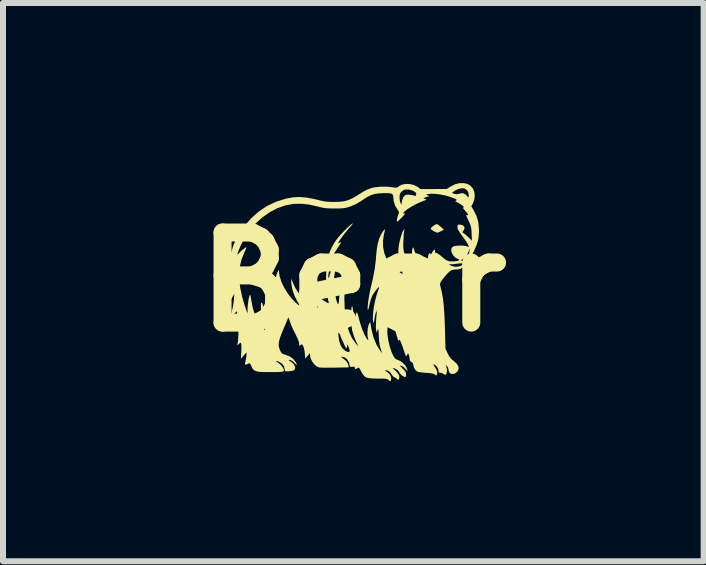
<source format=kicad_pcb>
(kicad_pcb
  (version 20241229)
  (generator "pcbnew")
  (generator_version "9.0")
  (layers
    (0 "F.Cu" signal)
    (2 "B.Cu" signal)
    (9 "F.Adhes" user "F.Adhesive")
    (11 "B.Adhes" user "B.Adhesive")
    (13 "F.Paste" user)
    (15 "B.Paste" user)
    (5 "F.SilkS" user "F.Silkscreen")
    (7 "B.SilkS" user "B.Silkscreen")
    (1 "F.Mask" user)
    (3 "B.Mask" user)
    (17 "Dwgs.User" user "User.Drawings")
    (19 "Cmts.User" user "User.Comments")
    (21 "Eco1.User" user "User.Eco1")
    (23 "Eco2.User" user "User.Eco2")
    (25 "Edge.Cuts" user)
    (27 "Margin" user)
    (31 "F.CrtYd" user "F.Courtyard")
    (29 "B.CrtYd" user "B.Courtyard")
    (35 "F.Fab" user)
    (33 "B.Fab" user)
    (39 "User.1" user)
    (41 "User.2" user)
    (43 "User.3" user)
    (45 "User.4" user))
  (footprint "Bear"
    (layer "F.Cu")
    (at 2.836 1.645)
    (property "Reference" "Bear" (at 0 0 0) (layer "F.SilkS") (effects (font (size 1.5 1.5) (thickness 0.3))))
    (attr board_only exclude_from_pos_files exclude_from_bom)
    (fp_poly (pts (xy 1.409 -0.954) (xy 1.436 -0.934) (xy 1.458 -0.915) (xy 1.508 -0.869) (xy 1.458 -0.843) (xy 1.424 -0.827) (xy 1.402 -0.82) (xy 1.38 -0.824) (xy 1.35 -0.838) (xy 1.338 -0.845) (xy 1.305 -0.865) (xy 1.29 -0.884) (xy 1.29 -0.889) (xy 1.302 -0.907) (xy 1.327 -0.93) (xy 1.358 -0.95) (xy 1.385 -0.961) (xy 1.391 -0.962)) (stroke (width 0) (type solid)) (fill yes) (layer "F.SilkS"))
    (fp_poly (pts (xy 1.9 -1.632) (xy 1.951 -1.601) (xy 1.993 -1.552) (xy 2.014 -1.502) (xy 2.022 -1.441) (xy 2.016 -1.377) (xy 1.996 -1.317) (xy 1.993 -1.31) (xy 1.965 -1.258) (xy 2.005 -1.191) (xy 2.053 -1.094) (xy 2.082 -0.991) (xy 2.092 -0.878) (xy 2.093 -0.861) (xy 2.09 -0.801) (xy 2.085 -0.74) (xy 2.077 -0.689) (xy 2.074 -0.679) (xy 2.048 -0.6) (xy 2.008 -0.511) (xy 1.958 -0.419) (xy 1.902 -0.333) (xy 1.894 -0.322) (xy 1.85 -0.267) (xy 1.811 -0.232) (xy 1.771 -0.212) (xy 1.725 -0.206) (xy 1.692 -0.206) (xy 1.644 -0.198) (xy 1.615 -0.183) (xy 1.588 -0.159) (xy 1.554 -0.125) (xy 1.52 -0.084) (xy 1.487 -0.043) (xy 1.461 -0.006) (xy 1.446 0.022) (xy 1.443 0.031) (xy 1.446 0.055) (xy 1.454 0.093) (xy 1.461 0.12) (xy 1.479 0.199) (xy 1.494 0.291) (xy 1.506 0.397) (xy 1.515 0.52) (xy 1.522 0.664) (xy 1.526 0.782) (xy 1.534 1.112) (xy 1.572 1.193) (xy 1.6 1.246) (xy 1.631 1.284) (xy 1.669 1.316) (xy 1.721 1.361) (xy 1.749 1.406) (xy 1.754 1.449) (xy 1.734 1.491) (xy 1.732 1.495) (xy 1.699 1.523) (xy 1.662 1.535) (xy 1.628 1.532) (xy 1.601 1.513) (xy 1.588 1.481) (xy 1.587 1.472) (xy 1.579 1.433) (xy 1.562 1.405) (xy 1.546 1.388) (xy 1.542 1.389) (xy 1.546 1.401) (xy 1.558 1.449) (xy 1.559 1.495) (xy 1.55 1.529) (xy 1.547 1.533) (xy 1.533 1.549) (xy 1.52 1.547) (xy 1.506 1.536) (xy 1.476 1.52) (xy 1.451 1.515) (xy 1.429 1.512) (xy 1.42 1.497) (xy 1.419 1.478) (xy 1.408 1.436) (xy 1.384 1.406) (xy 1.356 1.381) (xy 1.338 1.372) (xy 1.333 1.378) (xy 1.344 1.4) (xy 1.352 1.41) (xy 1.385 1.462) (xy 1.398 1.505) (xy 1.393 1.538) (xy 1.384 1.558) (xy 1.374 1.558) (xy 1.359 1.545) (xy 1.34 1.534) (xy 1.312 1.526) (xy 1.267 1.52) (xy 1.211 1.516) (xy 1.157 1.511) (xy 1.108 1.505) (xy 1.074 1.498) (xy 1.061 1.494) (xy 1.031 1.465) (xy 1.008 1.424) (xy 0.998 1.38) (xy 0.998 1.377) (xy 0.99 1.349) (xy 0.968 1.335) (xy 0.945 1.319) (xy 0.938 1.29) (xy 0.938 1.288) (xy 0.933 1.249) (xy 0.925 1.218) (xy 0.915 1.196) (xy 0.908 1.194) (xy 0.899 1.211) (xy 0.899 1.212) (xy 0.887 1.232) (xy 0.879 1.239) (xy 0.872 1.228) (xy 0.861 1.201) (xy 0.852 1.176) (xy 0.825 1.095) (xy 0.804 1.036) (xy 0.788 0.996) (xy 0.776 0.972) (xy 0.767 0.964) (xy 0.76 0.969) (xy 0.76 0.97) (xy 0.751 0.982) (xy 0.745 0.976) (xy 0.739 0.956) (xy 0.733 0.931) (xy 0.72 0.888) (xy 0.704 0.835) (xy 0.685 0.776) (xy 0.685 0.776) (xy 0.667 0.716) (xy 0.65 0.66) (xy 0.638 0.614) (xy 0.631 0.585) (xy 0.624 0.557) (xy 0.617 0.55) (xy 0.611 0.558) (xy 0.601 0.585) (xy 0.591 0.628) (xy 0.581 0.682) (xy 0.572 0.738) (xy 0.567 0.79) (xy 0.565 0.824) (xy 0.57 0.9) (xy 0.585 0.987) (xy 0.606 1.076) (xy 0.632 1.157) (xy 0.639 1.174) (xy 0.664 1.23) (xy 0.687 1.266) (xy 0.711 1.289) (xy 0.741 1.301) (xy 0.748 1.303) (xy 0.786 1.321) (xy 0.827 1.353) (xy 0.864 1.391) (xy 0.886 1.428) (xy 0.898 1.462) (xy 0.901 1.481) (xy 0.895 1.482) (xy 0.88 1.464) (xy 0.837 1.417) (xy 0.786 1.392) (xy 0.778 1.394) (xy 0.786 1.408) (xy 0.813 1.436) (xy 0.819 1.443) (xy 0.852 1.476) (xy 0.87 1.502) (xy 0.877 1.527) (xy 0.878 1.543) (xy 0.875 1.572) (xy 0.869 1.587) (xy 0.868 1.587) (xy 0.837 1.578) (xy 0.804 1.556) (xy 0.777 1.528) (xy 0.769 1.514) (xy 0.741 1.472) (xy 0.694 1.444) (xy 0.673 1.437) (xy 0.658 1.434) (xy 0.659 1.44) (xy 0.676 1.456) (xy 0.689 1.467) (xy 0.734 1.513) (xy 0.761 1.557) (xy 0.767 1.597) (xy 0.759 1.622) (xy 0.748 1.63) (xy 0.732 1.622) (xy 0.723 1.613) (xy 0.699 1.595) (xy 0.68 1.587) (xy 0.664 1.578) (xy 0.645 1.553) (xy 0.638 1.541) (xy 0.606 1.498) (xy 0.576 1.481) (xy 0.54 1.47) (xy 0.524 1.469) (xy 0.529 1.477) (xy 0.547 1.49) (xy 0.595 1.527) (xy 0.622 1.567) (xy 0.63 1.607) (xy 0.627 1.641) (xy 0.615 1.654) (xy 0.595 1.643) (xy 0.586 1.635) (xy 0.575 1.625) (xy 0.56 1.619) (xy 0.535 1.615) (xy 0.498 1.612) (xy 0.442 1.612) (xy 0.405 1.612) (xy 0.326 1.61) (xy 0.266 1.605) (xy 0.222 1.595) (xy 0.189 1.576) (xy 0.163 1.548) (xy 0.139 1.509) (xy 0.128 1.489) (xy 0.109 1.452) (xy 0.096 1.433) (xy 0.085 1.429) (xy 0.071 1.435) (xy 0.068 1.437) (xy 0.041 1.453) (xy 0.028 1.45) (xy 0.024 1.432) (xy 0.02 1.417) (xy 0.005 1.413) (xy -0.016 1.415) (xy -0.042 1.418) (xy -0.055 1.411) (xy -0.062 1.39) (xy -0.065 1.371) (xy -0.081 1.324) (xy -0.109 1.284) (xy -0.145 1.258) (xy -0.175 1.251) (xy -0.208 1.251) (xy -0.168 1.278) (xy -0.12 1.319) (xy -0.09 1.364) (xy -0.081 1.395) (xy -0.078 1.425) (xy -0.313 1.429) (xy -0.387 1.429) (xy -0.454 1.429) (xy -0.511 1.429) (xy -0.551 1.427) (xy -0.573 1.426) (xy -0.573 1.426) (xy -0.617 1.404) (xy -0.658 1.366) (xy -0.692 1.316) (xy -0.715 1.263) (xy -0.721 1.222) (xy -0.722 1.187) (xy -0.762 1.233) (xy -0.802 1.28) (xy -0.808 1.196) (xy -0.814 1.147) (xy -0.824 1.101) (xy -0.835 1.072) (xy -0.849 1.047) (xy -0.86 1.04) (xy -0.874 1.049) (xy -0.879 1.053) (xy -0.894 1.065) (xy -0.901 1.062) (xy -0.902 1.039) (xy -0.902 1.031) (xy -0.909 0.995) (xy -0.929 0.943) (xy -0.963 0.873) (xy -0.964 0.869) (xy -0.25 0.869) (xy -0.247 0.908) (xy -0.236 0.985) (xy -0.218 1.043) (xy -0.193 1.091) (xy -0.168 1.121) (xy -0.135 1.148) (xy -0.104 1.164) (xy -0.078 1.168) (xy -0.062 1.158) (xy -0.06 1.148) (xy -0.065 1.126) (xy -0.077 1.093) (xy -0.08 1.085) (xy -0.1 1.04) (xy -0.107 1.082) (xy -0.111 1.1) (xy -0.115 1.107) (xy -0.123 1.1) (xy -0.135 1.078) (xy -0.155 1.037) (xy -0.165 1.015) (xy -0.187 0.968) (xy -0.204 0.929) (xy -0.215 0.903) (xy -0.216 0.895) (xy -0.223 0.877) (xy -0.235 0.859) (xy -0.245 0.848) (xy -0.25 0.85) (xy -0.25 0.869) (xy -0.964 0.869) (xy -0.97 0.858) (xy -1 0.799) (xy -1.027 0.74) (xy -1.048 0.688) (xy -1.059 0.655) (xy -1.071 0.617) (xy -1.078 0.598) (xy -1.084 0.598) (xy -1.091 0.611) (xy -1.093 0.616) (xy -1.103 0.641) (xy -1.12 0.681) (xy -1.141 0.731) (xy -1.159 0.773) (xy -1.196 0.861) (xy -1.222 0.932) (xy -1.238 0.99) (xy -1.244 1.038) (xy -1.241 1.081) (xy -1.229 1.122) (xy -1.214 1.156) (xy -1.195 1.185) (xy -1.171 1.202) (xy -1.134 1.214) (xy -1.061 1.241) (xy -1.003 1.282) (xy -0.963 1.333) (xy -0.962 1.334) (xy -0.945 1.37) (xy -0.94 1.386) (xy -0.949 1.382) (xy -0.973 1.36) (xy -0.984 1.347) (xy -1.021 1.315) (xy -1.053 1.3) (xy -1.059 1.299) (xy -1.077 1.3) (xy -1.077 1.305) (xy -1.058 1.318) (xy -1.052 1.321) (xy -1.006 1.357) (xy -0.977 1.395) (xy -0.968 1.432) (xy -0.978 1.461) (xy -0.997 1.476) (xy -1.031 1.485) (xy -1.069 1.489) (xy -1.109 1.491) (xy -1.131 1.49) (xy -1.14 1.483) (xy -1.142 1.468) (xy -1.143 1.462) (xy -1.154 1.409) (xy -1.186 1.364) (xy -1.23 1.335) (xy -1.261 1.323) (xy -1.282 1.318) (xy -1.287 1.319) (xy -1.283 1.329) (xy -1.277 1.332) (xy -1.248 1.349) (xy -1.214 1.379) (xy -1.185 1.413) (xy -1.171 1.434) (xy -1.16 1.457) (xy -1.156 1.475) (xy -1.162 1.487) (xy -1.18 1.495) (xy -1.213 1.5) (xy -1.264 1.503) (xy -1.335 1.503) (xy -1.377 1.503) (xy -1.466 1.503) (xy -1.535 1.501) (xy -1.587 1.496) (xy -1.624 1.487) (xy -1.651 1.474) (xy -1.671 1.455) (xy -1.687 1.429) (xy -1.697 1.409) (xy -1.713 1.375) (xy -1.725 1.359) (xy -1.738 1.357) (xy -1.757 1.365) (xy -1.758 1.366) (xy -1.788 1.379) (xy -1.803 1.379) (xy -1.805 1.36) (xy -1.797 1.323) (xy -1.796 1.32) (xy -1.787 1.275) (xy -1.781 1.232) (xy -1.78 1.215) (xy -1.78 1.173) (xy -1.827 1.227) (xy -1.873 1.281) (xy -1.867 1.164) (xy -1.865 1.112) (xy -1.865 1.067) (xy -1.867 1.036) (xy -1.869 1.027) (xy -1.876 1.015) (xy -1.888 1.018) (xy -1.908 1.035) (xy -1.929 1.053) (xy -1.935 1.054) (xy -1.931 1.04) (xy -1.926 1.016) (xy -1.921 0.976) (xy -1.917 0.925) (xy -1.914 0.871) (xy -1.913 0.82) (xy -1.914 0.778) (xy -1.916 0.753) (xy -1.917 0.751) (xy -1.924 0.738) (xy -1.936 0.741) (xy -1.95 0.753) (xy -1.968 0.768) (xy -1.972 0.764) (xy -1.968 0.742) (xy -1.961 0.709) (xy -1.954 0.661) (xy -1.947 0.608) (xy -1.941 0.557) (xy -1.937 0.518) (xy -1.937 0.507) (xy -1.938 0.494) (xy -1.946 0.494) (xy -1.962 0.508) (xy -1.991 0.539) (xy -1.992 0.54) (xy -2.02 0.571) (xy -2.041 0.591) (xy -2.051 0.599) (xy -2.051 0.599) (xy -2.05 0.586) (xy -2.043 0.557) (xy -2.031 0.515) (xy -2.026 0.495) (xy -2.01 0.433) (xy -1.998 0.362) (xy -1.99 0.299) (xy -1.99 0.297) (xy -1.983 0.198) (xy -2.008 0.243) (xy -2.025 0.272) (xy -2.039 0.29) (xy -2.041 0.293) (xy -2.044 0.283) (xy -2.047 0.254) (xy -2.048 0.209) (xy -2.048 0.152) (xy -2.047 0.122) (xy -2.046 0.054) (xy -2.046 0.007) (xy -2.047 -0.022) (xy -2.05 -0.036) (xy -2.055 -0.038) (xy -2.062 -0.032) (xy -2.064 -0.03) (xy -2.071 -0.022) (xy -2.076 -0.023) (xy -2.079 -0.035) (xy -2.08 -0.061) (xy -2.079 -0.105) (xy -2.077 -0.171) (xy -2.077 -0.174) (xy -2.064 -0.337) (xy -2.041 -0.464) (xy -1.932 -0.464) (xy -1.929 -0.456) (xy -1.918 -0.464) (xy -1.898 -0.486) (xy -1.897 -0.487) (xy -1.872 -0.512) (xy -1.843 -0.538) (xy -1.814 -0.559) (xy -1.792 -0.573) (xy -1.78 -0.575) (xy -1.78 -0.574) (xy -1.785 -0.561) (xy -1.797 -0.532) (xy -1.815 -0.493) (xy -1.82 -0.48) (xy -1.863 -0.372) (xy -1.89 -0.263) (xy -1.903 -0.149) (xy -1.901 -0.029) (xy -1.884 0.102) (xy -1.853 0.246) (xy -1.815 0.379) (xy -1.798 0.43) (xy -1.783 0.473) (xy -1.771 0.502) (xy -1.766 0.511) (xy -1.758 0.514) (xy -1.761 0.498) (xy -1.763 0.471) (xy -1.762 0.428) (xy -1.757 0.377) (xy -1.75 0.323) (xy -1.742 0.275) (xy -1.733 0.239) (xy -1.731 0.235) (xy -1.724 0.219) (xy -1.719 0.215) (xy -1.714 0.227) (xy -1.708 0.256) (xy -1.7 0.307) (xy -1.7 0.307) (xy -1.676 0.432) (xy -1.641 0.546) (xy -1.598 0.645) (xy -1.547 0.727) (xy -1.5 0.78) (xy -1.469 0.808) (xy -1.499 0.714) (xy -1.512 0.667) (xy -1.522 0.611) (xy -1.531 0.549) (xy -1.537 0.488) (xy -1.54 0.432) (xy -1.54 0.386) (xy -1.536 0.355) (xy -1.53 0.345) (xy -1.52 0.35) (xy -1.511 0.374) (xy -1.51 0.382) (xy -1.492 0.439) (xy -1.462 0.503) (xy -1.425 0.562) (xy -1.405 0.588) (xy -1.367 0.631) (xy -1.377 0.595) (xy -1.381 0.569) (xy -1.386 0.525) (xy -1.391 0.47) (xy -1.395 0.415) (xy -1.401 0.343) (xy -1.409 0.287) (xy -1.42 0.236) (xy -1.437 0.184) (xy -1.445 0.162) (xy -1.46 0.12) (xy -1.471 0.086) (xy -1.478 0.054) (xy -1.483 0.018) (xy -1.485 -0.027) (xy -1.485 -0.087) (xy -1.485 -0.132) (xy -1.485 -0.208) (xy -1.483 -0.265) (xy -1.479 -0.31) (xy -1.473 -0.348) (xy -1.464 -0.385) (xy -1.457 -0.409) (xy -1.44 -0.458) (xy -1.422 -0.506) (xy -1.404 -0.547) (xy -1.389 -0.577) (xy -1.379 -0.589) (xy -1.379 -0.589) (xy -1.379 -0.579) (xy -1.385 -0.552) (xy -1.391 -0.527) (xy -1.416 -0.392) (xy -1.423 -0.261) (xy -1.412 -0.135) (xy -1.383 -0.02) (xy -1.342 0.071) (xy -1.335 0.083) (xy -1.328 0.083) (xy -1.322 0.069) (xy -1.315 0.036) (xy -1.308 -0.003) (xy -1.296 -0.058) (xy -1.282 -0.111) (xy -1.268 -0.152) (xy -1.265 -0.158) (xy -1.251 -0.188) (xy -1.243 -0.198) (xy -1.24 -0.19) (xy -1.24 -0.176) (xy -1.228 -0.092) (xy -1.198 0.000201) (xy -1.153 0.096) (xy -1.095 0.189) (xy -1.028 0.277) (xy -0.96 0.346) (xy -0.922 0.38) (xy -0.9 0.396) (xy -0.893 0.395) (xy -0.902 0.375) (xy -0.924 0.338) (xy -0.926 0.335) (xy -0.963 0.268) (xy -0.995 0.191) (xy -1.019 0.113) (xy -1.032 0.042) (xy -1.034 0.008) (xy -1.033 -0.054) (xy -1.004 0.021) (xy -0.968 0.1) (xy -0.923 0.17) (xy -0.862 0.238) (xy -0.83 0.268) (xy -0.795 0.298) (xy -0.752 0.331) (xy -0.705 0.364) (xy -0.66 0.394) (xy -0.621 0.418) (xy -0.594 0.431) (xy -0.586 0.433) (xy -0.589 0.424) (xy -0.603 0.4) (xy -0.626 0.366) (xy -0.638 0.351) (xy -0.696 0.259) (xy -0.738 0.165) (xy -0.762 0.075) (xy -0.763 0.069) (xy -0.765 0.032) (xy -0.761 0.014) (xy -0.751 0.016) (xy -0.738 0.039) (xy -0.736 0.045) (xy -0.712 0.093) (xy -0.671 0.148) (xy -0.619 0.205) (xy -0.56 0.26) (xy -0.5 0.308) (xy -0.442 0.344) (xy -0.44 0.345) (xy -0.417 0.356) (xy -0.409 0.354) (xy -0.413 0.337) (xy -0.413 0.335) (xy -0.435 0.24) (xy -0.448 0.138) (xy -0.454 0.023) (xy -0.454 -0.11) (xy -0.453 -0.114) (xy -0.447 -0.234) (xy -0.436 -0.334) (xy -0.418 -0.422) (xy -0.392 -0.503) (xy -0.356 -0.581) (xy -0.309 -0.662) (xy -0.292 -0.688) (xy -0.268 -0.72) (xy -0.234 -0.761) (xy -0.193 -0.806) (xy -0.149 -0.852) (xy -0.106 -0.895) (xy -0.066 -0.932) (xy -0.034 -0.959) (xy -0.013 -0.973) (xy -0.009 -0.974) (xy -0.011 -0.966) (xy -0.027 -0.945) (xy -0.053 -0.914) (xy -0.066 -0.901) (xy -0.101 -0.861) (xy -0.138 -0.814) (xy -0.175 -0.766) (xy -0.208 -0.721) (xy -0.234 -0.682) (xy -0.249 -0.655) (xy -0.253 -0.645) (xy -0.246 -0.641) (xy -0.238 -0.647) (xy -0.217 -0.66) (xy -0.208 -0.661) (xy -0.207 -0.653) (xy -0.219 -0.63) (xy -0.241 -0.597) (xy -0.248 -0.586) (xy -0.315 -0.483) (xy -0.364 -0.372) (xy -0.397 -0.251) (xy -0.414 -0.134) (xy -0.418 -0.09) (xy -0.415 -0.068) (xy -0.41 -0.066) (xy -0.399 -0.083) (xy -0.397 -0.1) (xy -0.39 -0.131) (xy -0.374 -0.174) (xy -0.35 -0.222) (xy -0.323 -0.27) (xy -0.296 -0.31) (xy -0.278 -0.33) (xy -0.24 -0.366) (xy -0.27 -0.293) (xy -0.302 -0.192) (xy -0.32 -0.082) (xy -0.323 0.041) (xy -0.321 0.071) (xy -0.316 0.135) (xy -0.306 0.201) (xy -0.293 0.264) (xy -0.279 0.318) (xy -0.264 0.359) (xy -0.253 0.376) (xy -0.249 0.37) (xy -0.244 0.343) (xy -0.239 0.303) (xy -0.237 0.274) (xy -0.227 0.188) (xy -0.21 0.103) (xy -0.187 0.027) (xy -0.159 -0.033) (xy -0.155 -0.04) (xy -0.131 -0.078) (xy -0.14 0) (xy -0.144 0.04) (xy -0.147 0.097) (xy -0.149 0.166) (xy -0.149 0.239) (xy -0.15 0.277) (xy -0.144 0.447) (xy -0.129 0.598) (xy -0.103 0.729) (xy -0.067 0.843) (xy -0.02 0.941) (xy 0.039 1.024) (xy 0.047 1.034) (xy 0.084 1.076) (xy 0.042 0.984) (xy 0.005 0.893) (xy -0.02 0.807) (xy -0.034 0.716) (xy -0.04 0.613) (xy -0.04 0.583) (xy -0.039 0.518) (xy -0.036 0.467) (xy -0.031 0.429) (xy -0.025 0.409) (xy -0.019 0.406) (xy -0.013 0.425) (xy -0.008 0.453) (xy -0.000369 0.5) (xy 0.01 0.547) (xy 0.014 0.559) (xy 0.028 0.607) (xy 0.036 0.57) (xy 0.045 0.532) (xy 0.053 0.512) (xy 0.062 0.512) (xy 0.071 0.531) (xy 0.083 0.572) (xy 0.097 0.629) (xy 0.118 0.703) (xy 0.143 0.778) (xy 0.171 0.847) (xy 0.199 0.905) (xy 0.224 0.948) (xy 0.236 0.962) (xy 0.248 0.972) (xy 0.249 0.964) (xy 0.244 0.944) (xy 0.236 0.893) (xy 0.235 0.834) (xy 0.24 0.775) (xy 0.251 0.727) (xy 0.258 0.71) (xy 0.281 0.667) (xy 0.301 0.788) (xy 0.335 0.924) (xy 0.387 1.05) (xy 0.437 1.132) (xy 0.458 1.162) (xy 0.473 1.182) (xy 0.477 1.186) (xy 0.475 1.175) (xy 0.466 1.147) (xy 0.455 1.112) (xy 0.439 1.055) (xy 0.429 0.983) (xy 0.424 0.902) (xy 0.421 0.844) (xy 0.418 0.807) (xy 0.415 0.788) (xy 0.412 0.786) (xy 0.406 0.796) (xy 0.403 0.806) (xy 0.388 0.848) (xy 0.379 0.802) (xy 0.375 0.764) (xy 0.376 0.707) (xy 0.379 0.636) (xy 0.386 0.555) (xy 0.392 0.499) (xy 0.397 0.451) (xy 0.379 0.499) (xy 0.366 0.54) (xy 0.356 0.59) (xy 0.353 0.616) (xy 0.346 0.66) (xy 0.339 0.681) (xy 0.333 0.68) (xy 0.328 0.657) (xy 0.325 0.614) (xy 0.325 0.588) (xy 0.33 0.505) (xy 0.343 0.41) (xy 0.363 0.311) (xy 0.387 0.22) (xy 0.403 0.172) (xy 0.418 0.132) (xy 0.427 0.102) (xy 0.429 0.088) (xy 0.429 0.088) (xy 0.418 0.092) (xy 0.399 0.112) (xy 0.374 0.142) (xy 0.349 0.177) (xy 0.326 0.213) (xy 0.312 0.238) (xy 0.296 0.28) (xy 0.28 0.332) (xy 0.269 0.378) (xy 0.259 0.42) (xy 0.251 0.453) (xy 0.245 0.468) (xy 0.244 0.469) (xy 0.239 0.464) (xy 0.238 0.44) (xy 0.24 0.401) (xy 0.245 0.349) (xy 0.253 0.29) (xy 0.263 0.227) (xy 0.275 0.165) (xy 0.287 0.106) (xy 0.293 0.084) (xy 0.33 -0.077) (xy 0.357 -0.224) (xy 0.374 -0.364) (xy 0.379 -0.427) (xy 0.39 -0.542) (xy 0.407 -0.639) (xy 0.43 -0.72) (xy 0.462 -0.791) (xy 0.496 -0.846) (xy 0.513 -0.867) (xy 0.524 -0.875) (xy 0.525 -0.874) (xy 0.525 -0.861) (xy 0.519 -0.831) (xy 0.511 -0.799) (xy 0.494 -0.69) (xy 0.496 -0.581) (xy 0.516 -0.476) (xy 0.555 -0.379) (xy 0.609 -0.295) (xy 0.66 -0.243) (xy 0.688 -0.22) (xy 0.723 -0.194) (xy 0.76 -0.168) (xy 0.792 -0.147) (xy 0.814 -0.134) (xy 0.82 -0.132) (xy 0.821 -0.142) (xy 0.813 -0.167) (xy 0.806 -0.183) (xy 0.78 -0.26) (xy 0.761 -0.349) (xy 0.75 -0.442) (xy 0.749 -0.529) (xy 0.75 -0.535) (xy 0.759 -0.613) (xy 0.776 -0.694) (xy 0.797 -0.77) (xy 0.821 -0.833) (xy 0.831 -0.852) (xy 0.846 -0.879) (xy 0.852 -0.885) (xy 0.85 -0.873) (xy 0.848 -0.86) (xy 0.844 -0.833) (xy 0.84 -0.789) (xy 0.836 -0.734) (xy 0.834 -0.691) (xy 0.831 -0.618) (xy 0.833 -0.561) (xy 0.84 -0.512) (xy 0.847 -0.481) (xy 0.88 -0.378) (xy 0.922 -0.292) (xy 0.962 -0.237) (xy 0.993 -0.204) (xy 1.026 -0.175) (xy 1.054 -0.155) (xy 1.073 -0.147) (xy 1.078 -0.148) (xy 1.075 -0.16) (xy 1.062 -0.186) (xy 1.047 -0.212) (xy 1 -0.306) (xy 0.978 -0.406) (xy 0.975 -0.462) (xy 0.977 -0.508) (xy 0.982 -0.545) (xy 0.989 -0.568) (xy 0.996 -0.574) (xy 1.002 -0.565) (xy 1.025 -0.5) (xy 1.046 -0.451) (xy 1.069 -0.414) (xy 1.089 -0.388) (xy 1.138 -0.341) (xy 1.203 -0.295) (xy 1.273 -0.256) (xy 1.293 -0.247) (xy 1.335 -0.23) (xy 1.293 -0.285) (xy 1.288 -0.293) (xy 1.594 -0.293) (xy 1.607 -0.281) (xy 1.61 -0.278) (xy 1.645 -0.26) (xy 1.692 -0.252) (xy 1.743 -0.253) (xy 1.787 -0.265) (xy 1.806 -0.276) (xy 1.823 -0.294) (xy 1.826 -0.307) (xy 1.826 -0.307) (xy 1.811 -0.309) (xy 1.778 -0.308) (xy 1.734 -0.303) (xy 1.715 -0.301) (xy 1.667 -0.295) (xy 1.627 -0.292) (xy 1.601 -0.293) (xy 1.597 -0.294) (xy 1.594 -0.293) (xy 1.288 -0.293) (xy 1.256 -0.345) (xy 1.242 -0.4) (xy 1.25 -0.448) (xy 1.264 -0.473) (xy 1.278 -0.48) (xy 1.287 -0.468) (xy 1.288 -0.46) (xy 1.292 -0.454) (xy 1.302 -0.469) (xy 1.305 -0.476) (xy 1.322 -0.507) (xy 1.34 -0.528) (xy 1.354 -0.537) (xy 1.359 -0.526) (xy 1.359 -0.513) (xy 1.364 -0.488) (xy 1.382 -0.481) (xy 1.383 -0.481) (xy 1.403 -0.473) (xy 1.434 -0.453) (xy 1.47 -0.423) (xy 1.478 -0.416) (xy 1.527 -0.375) (xy 1.571 -0.35) (xy 1.617 -0.34) (xy 1.674 -0.341) (xy 1.696 -0.343) (xy 1.741 -0.35) (xy 1.748 -0.353) (xy 1.799 -0.353) (xy 1.81 -0.348) (xy 1.831 -0.35) (xy 1.856 -0.359) (xy 1.879 -0.375) (xy 1.882 -0.377) (xy 1.908 -0.415) (xy 1.927 -0.466) (xy 1.935 -0.519) (xy 1.935 -0.529) (xy 1.934 -0.547) (xy 1.93 -0.543) (xy 1.925 -0.521) (xy 1.91 -0.48) (xy 1.888 -0.439) (xy 1.863 -0.407) (xy 1.841 -0.391) (xy 1.814 -0.376) (xy 1.804 -0.366) (xy 1.799 -0.353) (xy 1.748 -0.353) (xy 1.764 -0.359) (xy 1.764 -0.369) (xy 1.744 -0.379) (xy 1.7 -0.403) (xy 1.662 -0.443) (xy 1.637 -0.488) (xy 1.635 -0.494) (xy 1.63 -0.541) (xy 1.642 -0.574) (xy 1.674 -0.593) (xy 1.683 -0.595) (xy 1.728 -0.602) (xy 1.78 -0.604) (xy 1.832 -0.603) (xy 1.874 -0.597) (xy 1.898 -0.59) (xy 1.918 -0.581) (xy 1.922 -0.588) (xy 1.918 -0.603) (xy 1.907 -0.626) (xy 1.886 -0.661) (xy 1.858 -0.702) (xy 1.849 -0.716) (xy 1.805 -0.776) (xy 1.774 -0.821) (xy 1.753 -0.853) (xy 1.741 -0.876) (xy 1.735 -0.894) (xy 1.734 -0.91) (xy 1.734 -0.92) (xy 1.739 -0.945) (xy 1.753 -0.954) (xy 1.777 -0.954) (xy 1.82 -0.944) (xy 1.846 -0.922) (xy 1.852 -0.892) (xy 1.837 -0.858) (xy 1.831 -0.85) (xy 1.818 -0.833) (xy 1.821 -0.821) (xy 1.84 -0.808) (xy 1.865 -0.789) (xy 1.899 -0.76) (xy 1.923 -0.737) (xy 1.975 -0.686) (xy 1.97 -0.803) (xy 1.967 -0.862) (xy 1.962 -0.906) (xy 1.951 -0.944) (xy 1.934 -0.986) (xy 1.921 -1.015) (xy 1.898 -1.063) (xy 1.884 -1.093) (xy 1.879 -1.109) (xy 1.88 -1.115) (xy 1.888 -1.113) (xy 1.894 -1.111) (xy 1.91 -1.109) (xy 1.909 -1.123) (xy 1.893 -1.149) (xy 1.863 -1.184) (xy 1.837 -1.214) (xy 1.827 -1.231) (xy 1.83 -1.239) (xy 1.836 -1.241) (xy 1.842 -1.247) (xy 1.829 -1.262) (xy 1.795 -1.286) (xy 1.79 -1.29) (xy 1.753 -1.313) (xy 1.723 -1.329) (xy 1.706 -1.335) (xy 1.699 -1.34) (xy 1.711 -1.352) (xy 1.721 -1.362) (xy 1.718 -1.371) (xy 1.697 -1.383) (xy 1.673 -1.393) (xy 1.602 -1.419) (xy 1.523 -1.441) (xy 1.441 -1.457) (xy 1.363 -1.466) (xy 1.295 -1.468) (xy 1.243 -1.462) (xy 1.209 -1.453) (xy 1.239 -1.44) (xy 1.269 -1.428) (xy 1.227 -1.417) (xy 1.193 -1.405) (xy 1.174 -1.394) (xy 1.172 -1.386) (xy 1.188 -1.383) (xy 1.211 -1.379) (xy 1.212 -1.369) (xy 1.194 -1.357) (xy 1.182 -1.354) (xy 1.157 -1.345) (xy 1.117 -1.328) (xy 1.069 -1.307) (xy 1.04 -1.293) (xy 0.989 -1.266) (xy 0.941 -1.237) (xy 0.898 -1.209) (xy 0.864 -1.182) (xy 0.84 -1.16) (xy 0.829 -1.144) (xy 0.835 -1.137) (xy 0.856 -1.139) (xy 0.862 -1.136) (xy 0.849 -1.117) (xy 0.818 -1.083) (xy 0.804 -1.069) (xy 0.768 -1.033) (xy 0.745 -1.013) (xy 0.731 -1.007) (xy 0.725 -1.012) (xy 0.724 -1.017) (xy 0.726 -1.043) (xy 0.735 -1.08) (xy 0.743 -1.103) (xy 0.756 -1.139) (xy 0.76 -1.16) (xy 0.755 -1.176) (xy 0.743 -1.192) (xy 0.696 -1.268) (xy 0.671 -1.349) (xy 0.668 -1.388) (xy 0.666 -1.409) (xy 0.77 -1.409) (xy 0.773 -1.366) (xy 0.78 -1.327) (xy 0.785 -1.315) (xy 0.8 -1.282) (xy 0.806 -1.331) (xy 0.816 -1.371) (xy 0.831 -1.407) (xy 0.834 -1.411) (xy 0.854 -1.436) (xy 0.88 -1.45) (xy 0.916 -1.453) (xy 0.966 -1.447) (xy 1.016 -1.436) (xy 1.038 -1.433) (xy 1.044 -1.437) (xy 1.043 -1.437) (xy 1.042 -1.453) (xy 1.047 -1.462) (xy 1.047 -1.478) (xy 1.044 -1.481) (xy 1.642 -1.481) (xy 1.677 -1.468) (xy 1.71 -1.46) (xy 1.75 -1.464) (xy 1.769 -1.469) (xy 1.806 -1.477) (xy 1.831 -1.476) (xy 1.853 -1.465) (xy 1.857 -1.463) (xy 1.885 -1.44) (xy 1.903 -1.418) (xy 1.913 -1.405) (xy 1.918 -1.409) (xy 1.922 -1.434) (xy 1.922 -1.439) (xy 1.916 -1.489) (xy 1.903 -1.514) (xy 1.876 -1.54) (xy 1.849 -1.556) (xy 1.81 -1.56) (xy 1.762 -1.551) (xy 1.713 -1.532) (xy 1.677 -1.509) (xy 1.642 -1.481) (xy 1.044 -1.481) (xy 1.03 -1.496) (xy 0.999 -1.514) (xy 0.96 -1.529) (xy 0.92 -1.538) (xy 0.897 -1.539) (xy 0.856 -1.536) (xy 0.828 -1.524) (xy 0.805 -1.504) (xy 0.783 -1.478) (xy 0.772 -1.449) (xy 0.77 -1.409) (xy 0.666 -1.409) (xy 0.665 -1.424) (xy 0.657 -1.45) (xy 0.642 -1.466) (xy 0.614 -1.475) (xy 0.571 -1.478) (xy 0.51 -1.478) (xy 0.481 -1.477) (xy 0.409 -1.472) (xy 0.348 -1.462) (xy 0.292 -1.444) (xy 0.234 -1.415) (xy 0.169 -1.374) (xy 0.132 -1.348) (xy 0.045 -1.296) (xy -0.047 -1.256) (xy -0.053 -1.254) (xy -0.097 -1.241) (xy -0.135 -1.232) (xy -0.174 -1.226) (xy -0.222 -1.223) (xy -0.285 -1.222) (xy -0.313 -1.222) (xy -0.386 -1.223) (xy -0.444 -1.226) (xy -0.493 -1.232) (xy -0.542 -1.242) (xy -0.595 -1.255) (xy -0.735 -1.287) (xy -0.863 -1.301) (xy -0.985 -1.299) (xy -1.003 -1.298) (xy -1.138 -1.272) (xy -1.27 -1.225) (xy -1.398 -1.157) (xy -1.519 -1.071) (xy -1.631 -0.969) (xy -1.731 -0.852) (xy -1.817 -0.722) (xy -1.881 -0.594) (xy -1.908 -0.531) (xy -1.924 -0.488) (xy -1.932 -0.464) (xy -2.041 -0.464) (xy -2.037 -0.484) (xy -1.995 -0.619) (xy -1.936 -0.747) (xy -1.858 -0.872) (xy -1.821 -0.922) (xy -1.704 -1.057) (xy -1.576 -1.171) (xy -1.436 -1.264) (xy -1.286 -1.335) (xy -1.124 -1.386) (xy -1.005 -1.408) (xy -0.9 -1.414) (xy -0.781 -1.404) (xy -0.648 -1.379) (xy -0.583 -1.363) (xy -0.52 -1.348) (xy -0.464 -1.338) (xy -0.407 -1.333) (xy -0.337 -1.331) (xy -0.319 -1.331) (xy -0.226 -1.334) (xy -0.148 -1.344) (xy -0.078 -1.364) (xy -0.007 -1.397) (xy 0.072 -1.444) (xy 0.081 -1.45) (xy 0.161 -1.5) (xy 0.229 -1.536) (xy 0.292 -1.56) (xy 0.356 -1.575) (xy 0.426 -1.583) (xy 0.454 -1.585) (xy 0.524 -1.586) (xy 0.59 -1.583) (xy 0.644 -1.577) (xy 0.65 -1.576) (xy 0.691 -1.569) (xy 0.716 -1.568) (xy 0.735 -1.575) (xy 0.756 -1.59) (xy 0.758 -1.592) (xy 0.807 -1.619) (xy 0.869 -1.631) (xy 0.936 -1.63) (xy 1.003 -1.615) (xy 1.064 -1.586) (xy 1.075 -1.578) (xy 1.119 -1.545) (xy 1.338 -1.546) (xy 1.557 -1.547) (xy 1.617 -1.586) (xy 1.692 -1.625) (xy 1.766 -1.644) (xy 1.837 -1.645)) (stroke (width 0) (type solid)) (fill yes) (layer "F.SilkS")))
  (gr_rect
    (start -3 -3)
    (end 8.671 6.299)
    (stroke (width 0.1) (type default))
    (fill no)
    (layer "Edge.Cuts")))
</source>
